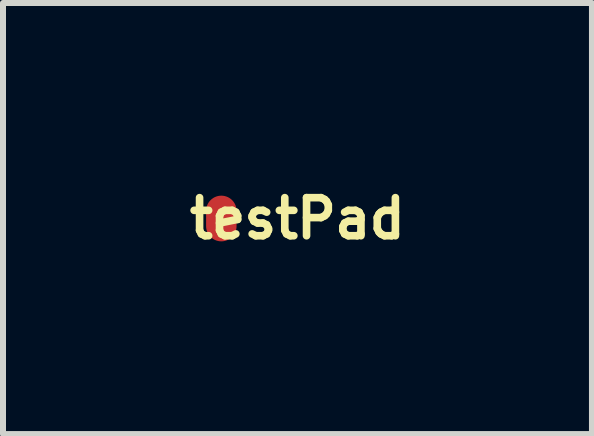
<source format=kicad_pcb>
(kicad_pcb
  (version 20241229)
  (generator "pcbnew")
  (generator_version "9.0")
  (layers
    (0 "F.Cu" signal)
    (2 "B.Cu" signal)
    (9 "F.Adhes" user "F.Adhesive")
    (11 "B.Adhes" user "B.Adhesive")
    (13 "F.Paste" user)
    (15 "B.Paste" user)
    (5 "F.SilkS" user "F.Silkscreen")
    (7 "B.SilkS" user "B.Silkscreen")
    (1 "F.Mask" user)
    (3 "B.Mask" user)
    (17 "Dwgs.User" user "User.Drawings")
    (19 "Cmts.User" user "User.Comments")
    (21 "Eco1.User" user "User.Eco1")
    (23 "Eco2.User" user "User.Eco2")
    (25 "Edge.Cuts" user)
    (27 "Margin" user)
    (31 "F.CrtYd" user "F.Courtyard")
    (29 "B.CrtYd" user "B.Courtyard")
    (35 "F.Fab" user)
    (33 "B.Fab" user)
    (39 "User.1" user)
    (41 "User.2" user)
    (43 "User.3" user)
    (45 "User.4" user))
  (footprint "testPad"
    (layer "F.Cu")
    (at 0.641 0.594)
    (property "Reference" "testPad" (at 1.27 0 0) (layer "F.SilkS") (effects (font (size 0.635 0.635) (thickness 0.127))))
    (attr through_hole)
    (pad "1" smd oval (at 0 0) (size 0.508 0.762) (layers "F.Cu" "F.Mask" "F.Paste")))
  (gr_rect
    (start -3 -3)
    (end 6.822 4.189)
    (stroke (width 0.1) (type default))
    (fill no)
    (layer "Edge.Cuts")))
</source>
